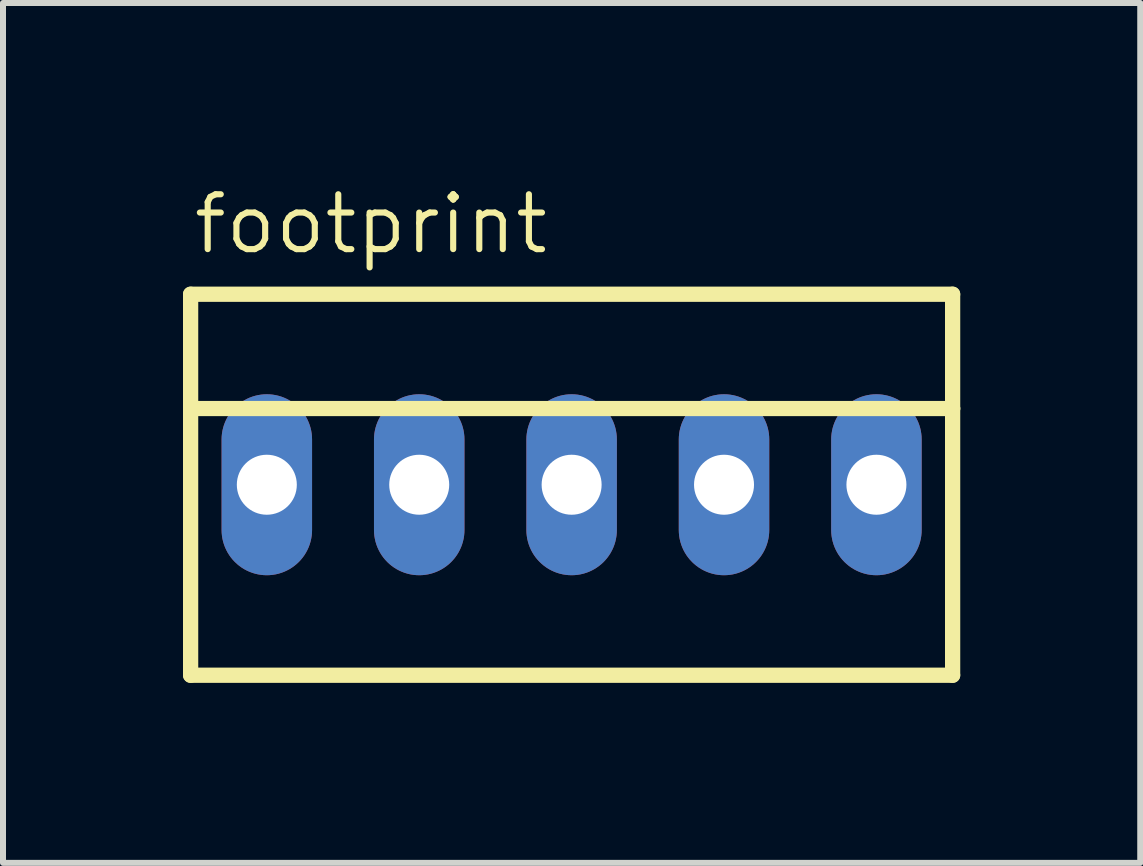
<source format=kicad_pcb>
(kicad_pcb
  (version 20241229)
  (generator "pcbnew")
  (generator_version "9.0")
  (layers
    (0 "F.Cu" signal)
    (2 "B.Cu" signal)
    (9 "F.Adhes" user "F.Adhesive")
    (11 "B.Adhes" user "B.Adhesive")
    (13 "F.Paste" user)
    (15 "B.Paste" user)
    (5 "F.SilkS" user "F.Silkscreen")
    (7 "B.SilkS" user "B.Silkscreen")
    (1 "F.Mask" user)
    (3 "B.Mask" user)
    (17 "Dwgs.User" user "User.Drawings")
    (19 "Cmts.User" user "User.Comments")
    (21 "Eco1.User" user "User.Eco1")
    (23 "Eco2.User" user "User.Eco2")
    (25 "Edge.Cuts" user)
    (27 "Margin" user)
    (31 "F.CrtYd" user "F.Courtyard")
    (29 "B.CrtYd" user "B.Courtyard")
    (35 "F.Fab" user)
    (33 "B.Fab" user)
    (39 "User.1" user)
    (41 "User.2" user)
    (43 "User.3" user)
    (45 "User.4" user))
  (footprint "footprint"
    (layer "F.Cu")
    (at 6.477 5.029)
    (property "Reference" "footprint" (at -6.35 -3.81 0) (layer "F.SilkS") (effects (font (size 0.914 0.914) (thickness 0.102)) (justify left bottom)))
    (fp_line (start -6.35 -3.175) (end 6.35 -3.175) (stroke (width 0.254) (type solid)) (layer "F.SilkS"))
    (fp_line (start -6.35 -1.27) (end -6.35 -3.175) (stroke (width 0.254) (type solid)) (layer "F.SilkS"))
    (fp_line (start -6.35 -1.27) (end 6.35 -1.27) (stroke (width 0.254) (type solid)) (layer "F.SilkS"))
    (fp_line (start -6.35 3.175) (end -6.35 -1.27) (stroke (width 0.254) (type solid)) (layer "F.SilkS"))
    (fp_line (start 6.35 -3.175) (end 6.35 -1.27) (stroke (width 0.254) (type solid)) (layer "F.SilkS"))
    (fp_line (start 6.35 -1.27) (end 6.35 3.175) (stroke (width 0.254) (type solid)) (layer "F.SilkS"))
    (fp_line (start 6.35 3.175) (end -6.35 3.175) (stroke (width 0.254) (type solid)) (layer "F.SilkS"))
    (pad "1" thru_hole oval (at -5.08 0 90) (size 3.016 1.508) (drill 1) (layers "*.Cu" "*.Mask"))
    (pad "2" thru_hole oval (at -2.54 0 90) (size 3.016 1.508) (drill 1) (layers "*.Cu" "*.Mask"))
    (pad "3" thru_hole oval (at 0 0 90) (size 3.016 1.508) (drill 1) (layers "*.Cu" "*.Mask"))
    (pad "4" thru_hole oval (at 2.54 0 90) (size 3.016 1.508) (drill 1) (layers "*.Cu" "*.Mask"))
    (pad "5" thru_hole oval (at 5.08 0 90) (size 3.016 1.508) (drill 1) (layers "*.Cu" "*.Mask")))
  (gr_rect
    (start -3 -3)
    (end 15.954 11.331)
    (stroke (width 0.1) (type default))
    (fill no)
    (layer "Edge.Cuts")))
</source>
